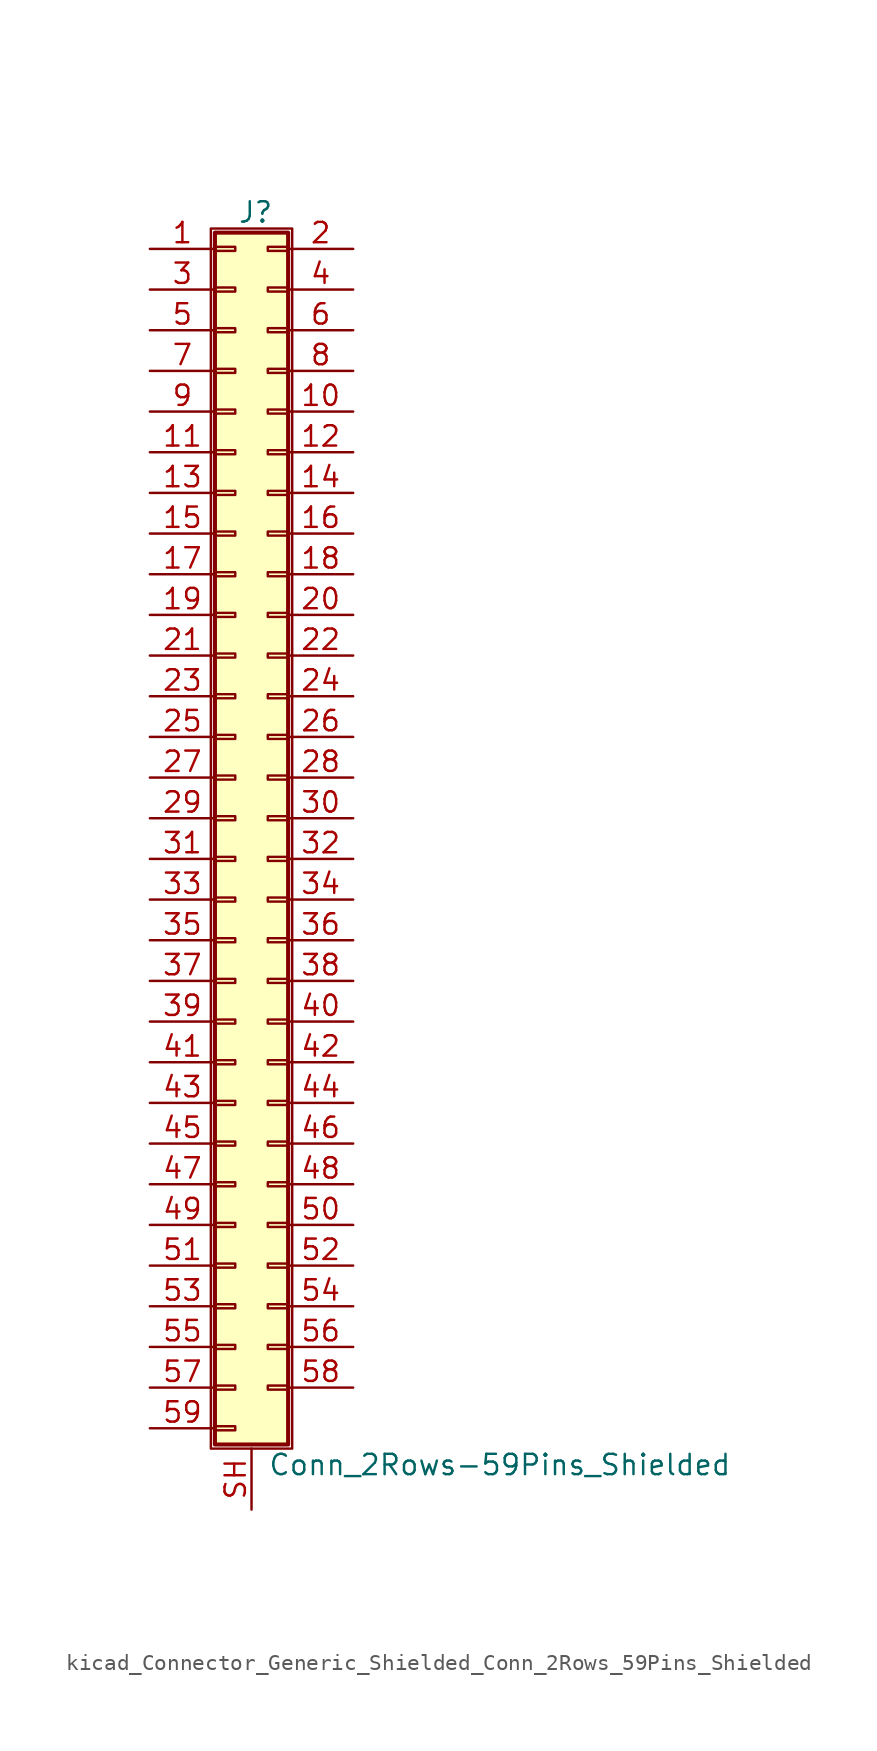
<source format=kicad_sym>
(kicad_symbol_lib
  (version 20220914)
  (generator kicad_symbol_editor)
  (symbol "kicad_Connector_Generic_Shielded_Conn_2Rows_59Pins_Shielded"
    (pin_names
      (offset 1.016) hide)
    (property "Reference" "J"
      (at 1.524 37.846 0)
      (effects (font (size 1.27 1.27))))
    (property "Value" "Conn_2Rows-59Pins_Shielded"
      (at 2.286 -40.386 0)
      (effects (font (size 1.27 1.27)) (justify left)))
    (symbol "kicad_Connector_Generic_Shielded_Conn_2Rows_59Pins_Shielded_1_1"
      (rectangle (start -1.27 36.83) (end 3.81 -39.37) (stroke (width 0.152) (type default)) (fill (type none)))
      (rectangle (start -1.016 -37.973) (end 0.254 -38.227) (stroke (width 0.152) (type default)) (fill (type none)))
      (rectangle (start -1.016 -35.433) (end 0.254 -35.687) (stroke (width 0.152) (type default)) (fill (type none)))
      (rectangle (start -1.016 -32.893) (end 0.254 -33.147) (stroke (width 0.152) (type default)) (fill (type none)))
      (rectangle (start -1.016 -30.353) (end 0.254 -30.607) (stroke (width 0.152) (type default)) (fill (type none)))
      (rectangle (start -1.016 -27.813) (end 0.254 -28.067) (stroke (width 0.152) (type default)) (fill (type none)))
      (rectangle (start -1.016 -25.273) (end 0.254 -25.527) (stroke (width 0.152) (type default)) (fill (type none)))
      (rectangle (start -1.016 -22.733) (end 0.254 -22.987) (stroke (width 0.152) (type default)) (fill (type none)))
      (rectangle (start -1.016 -20.193) (end 0.254 -20.447) (stroke (width 0.152) (type default)) (fill (type none)))
      (rectangle (start -1.016 -17.653) (end 0.254 -17.907) (stroke (width 0.152) (type default)) (fill (type none)))
      (rectangle (start -1.016 -15.113) (end 0.254 -15.367) (stroke (width 0.152) (type default)) (fill (type none)))
      (rectangle (start -1.016 -12.573) (end 0.254 -12.827) (stroke (width 0.152) (type default)) (fill (type none)))
      (rectangle (start -1.016 -10.033) (end 0.254 -10.287) (stroke (width 0.152) (type default)) (fill (type none)))
      (rectangle (start -1.016 -7.493) (end 0.254 -7.747) (stroke (width 0.152) (type default)) (fill (type none)))
      (rectangle (start -1.016 -4.953) (end 0.254 -5.207) (stroke (width 0.152) (type default)) (fill (type none)))
      (rectangle (start -1.016 -2.413) (end 0.254 -2.667) (stroke (width 0.152) (type default)) (fill (type none)))
      (rectangle (start -1.016 0.127) (end 0.254 -0.127) (stroke (width 0.152) (type default)) (fill (type none)))
      (rectangle (start -1.016 2.667) (end 0.254 2.413) (stroke (width 0.152) (type default)) (fill (type none)))
      (rectangle (start -1.016 5.207) (end 0.254 4.953) (stroke (width 0.152) (type default)) (fill (type none)))
      (rectangle (start -1.016 7.747) (end 0.254 7.493) (stroke (width 0.152) (type default)) (fill (type none)))
      (rectangle (start -1.016 10.287) (end 0.254 10.033) (stroke (width 0.152) (type default)) (fill (type none)))
      (rectangle (start -1.016 12.827) (end 0.254 12.573) (stroke (width 0.152) (type default)) (fill (type none)))
      (rectangle (start -1.016 15.367) (end 0.254 15.113) (stroke (width 0.152) (type default)) (fill (type none)))
      (rectangle (start -1.016 17.907) (end 0.254 17.653) (stroke (width 0.152) (type default)) (fill (type none)))
      (rectangle (start -1.016 20.447) (end 0.254 20.193) (stroke (width 0.152) (type default)) (fill (type none)))
      (rectangle (start -1.016 22.987) (end 0.254 22.733) (stroke (width 0.152) (type default)) (fill (type none)))
      (rectangle (start -1.016 25.527) (end 0.254 25.273) (stroke (width 0.152) (type default)) (fill (type none)))
      (rectangle (start -1.016 28.067) (end 0.254 27.813) (stroke (width 0.152) (type default)) (fill (type none)))
      (rectangle (start -1.016 30.607) (end 0.254 30.353) (stroke (width 0.152) (type default)) (fill (type none)))
      (rectangle (start -1.016 33.147) (end 0.254 32.893) (stroke (width 0.152) (type default)) (fill (type none)))
      (rectangle (start -1.016 35.687) (end 0.254 35.433) (stroke (width 0.152) (type default)) (fill (type none)))
      (rectangle (start -1.016 36.576) (end 3.556 -39.116) (stroke (width 0.254) (type default)) (fill (type background)))
      (rectangle (start 3.556 -35.433) (end 2.286 -35.687) (stroke (width 0.152) (type default)) (fill (type none)))
      (rectangle (start 3.556 -32.893) (end 2.286 -33.147) (stroke (width 0.152) (type default)) (fill (type none)))
      (rectangle (start 3.556 -30.353) (end 2.286 -30.607) (stroke (width 0.152) (type default)) (fill (type none)))
      (rectangle (start 3.556 -27.813) (end 2.286 -28.067) (stroke (width 0.152) (type default)) (fill (type none)))
      (rectangle (start 3.556 -25.273) (end 2.286 -25.527) (stroke (width 0.152) (type default)) (fill (type none)))
      (rectangle (start 3.556 -22.733) (end 2.286 -22.987) (stroke (width 0.152) (type default)) (fill (type none)))
      (rectangle (start 3.556 -20.193) (end 2.286 -20.447) (stroke (width 0.152) (type default)) (fill (type none)))
      (rectangle (start 3.556 -17.653) (end 2.286 -17.907) (stroke (width 0.152) (type default)) (fill (type none)))
      (rectangle (start 3.556 -15.113) (end 2.286 -15.367) (stroke (width 0.152) (type default)) (fill (type none)))
      (rectangle (start 3.556 -12.573) (end 2.286 -12.827) (stroke (width 0.152) (type default)) (fill (type none)))
      (rectangle (start 3.556 -10.033) (end 2.286 -10.287) (stroke (width 0.152) (type default)) (fill (type none)))
      (rectangle (start 3.556 -7.493) (end 2.286 -7.747) (stroke (width 0.152) (type default)) (fill (type none)))
      (rectangle (start 3.556 -4.953) (end 2.286 -5.207) (stroke (width 0.152) (type default)) (fill (type none)))
      (rectangle (start 3.556 -2.413) (end 2.286 -2.667) (stroke (width 0.152) (type default)) (fill (type none)))
      (rectangle (start 3.556 0.127) (end 2.286 -0.127) (stroke (width 0.152) (type default)) (fill (type none)))
      (rectangle (start 3.556 2.667) (end 2.286 2.413) (stroke (width 0.152) (type default)) (fill (type none)))
      (rectangle (start 3.556 5.207) (end 2.286 4.953) (stroke (width 0.152) (type default)) (fill (type none)))
      (rectangle (start 3.556 7.747) (end 2.286 7.493) (stroke (width 0.152) (type default)) (fill (type none)))
      (rectangle (start 3.556 10.287) (end 2.286 10.033) (stroke (width 0.152) (type default)) (fill (type none)))
      (rectangle (start 3.556 12.827) (end 2.286 12.573) (stroke (width 0.152) (type default)) (fill (type none)))
      (rectangle (start 3.556 15.367) (end 2.286 15.113) (stroke (width 0.152) (type default)) (fill (type none)))
      (rectangle (start 3.556 17.907) (end 2.286 17.653) (stroke (width 0.152) (type default)) (fill (type none)))
      (rectangle (start 3.556 20.447) (end 2.286 20.193) (stroke (width 0.152) (type default)) (fill (type none)))
      (rectangle (start 3.556 22.987) (end 2.286 22.733) (stroke (width 0.152) (type default)) (fill (type none)))
      (rectangle (start 3.556 25.527) (end 2.286 25.273) (stroke (width 0.152) (type default)) (fill (type none)))
      (rectangle (start 3.556 28.067) (end 2.286 27.813) (stroke (width 0.152) (type default)) (fill (type none)))
      (rectangle (start 3.556 30.607) (end 2.286 30.353) (stroke (width 0.152) (type default)) (fill (type none)))
      (rectangle (start 3.556 33.147) (end 2.286 32.893) (stroke (width 0.152) (type default)) (fill (type none)))
      (rectangle (start 3.556 35.687) (end 2.286 35.433) (stroke (width 0.152) (type default)) (fill (type none)))
      (pin passive line (at -5.08 35.56 0) (length 4.064) (name "Pin_1" (effects (font (size 1.27 1.27)))) (number "1" (effects (font (size 1.27 1.27)))))
      (pin passive line (at 7.62 25.4 180) (length 4.064) (name "Pin_10" (effects (font (size 1.27 1.27)))) (number "10" (effects (font (size 1.27 1.27)))))
      (pin passive line (at -5.08 22.86 0) (length 4.064) (name "Pin_11" (effects (font (size 1.27 1.27)))) (number "11" (effects (font (size 1.27 1.27)))))
      (pin passive line (at 7.62 22.86 180) (length 4.064) (name "Pin_12" (effects (font (size 1.27 1.27)))) (number "12" (effects (font (size 1.27 1.27)))))
      (pin passive line (at -5.08 20.32 0) (length 4.064) (name "Pin_13" (effects (font (size 1.27 1.27)))) (number "13" (effects (font (size 1.27 1.27)))))
      (pin passive line (at 7.62 20.32 180) (length 4.064) (name "Pin_14" (effects (font (size 1.27 1.27)))) (number "14" (effects (font (size 1.27 1.27)))))
      (pin passive line (at -5.08 17.78 0) (length 4.064) (name "Pin_15" (effects (font (size 1.27 1.27)))) (number "15" (effects (font (size 1.27 1.27)))))
      (pin passive line (at 7.62 17.78 180) (length 4.064) (name "Pin_16" (effects (font (size 1.27 1.27)))) (number "16" (effects (font (size 1.27 1.27)))))
      (pin passive line (at -5.08 15.24 0) (length 4.064) (name "Pin_17" (effects (font (size 1.27 1.27)))) (number "17" (effects (font (size 1.27 1.27)))))
      (pin passive line (at 7.62 15.24 180) (length 4.064) (name "Pin_18" (effects (font (size 1.27 1.27)))) (number "18" (effects (font (size 1.27 1.27)))))
      (pin passive line (at -5.08 12.7 0) (length 4.064) (name "Pin_19" (effects (font (size 1.27 1.27)))) (number "19" (effects (font (size 1.27 1.27)))))
      (pin passive line (at 7.62 35.56 180) (length 4.064) (name "Pin_2" (effects (font (size 1.27 1.27)))) (number "2" (effects (font (size 1.27 1.27)))))
      (pin passive line (at 7.62 12.7 180) (length 4.064) (name "Pin_20" (effects (font (size 1.27 1.27)))) (number "20" (effects (font (size 1.27 1.27)))))
      (pin passive line (at -5.08 10.16 0) (length 4.064) (name "Pin_21" (effects (font (size 1.27 1.27)))) (number "21" (effects (font (size 1.27 1.27)))))
      (pin passive line (at 7.62 10.16 180) (length 4.064) (name "Pin_22" (effects (font (size 1.27 1.27)))) (number "22" (effects (font (size 1.27 1.27)))))
      (pin passive line (at -5.08 7.62 0) (length 4.064) (name "Pin_23" (effects (font (size 1.27 1.27)))) (number "23" (effects (font (size 1.27 1.27)))))
      (pin passive line (at 7.62 7.62 180) (length 4.064) (name "Pin_24" (effects (font (size 1.27 1.27)))) (number "24" (effects (font (size 1.27 1.27)))))
      (pin passive line (at -5.08 5.08 0) (length 4.064) (name "Pin_25" (effects (font (size 1.27 1.27)))) (number "25" (effects (font (size 1.27 1.27)))))
      (pin passive line (at 7.62 5.08 180) (length 4.064) (name "Pin_26" (effects (font (size 1.27 1.27)))) (number "26" (effects (font (size 1.27 1.27)))))
      (pin passive line (at -5.08 2.54 0) (length 4.064) (name "Pin_27" (effects (font (size 1.27 1.27)))) (number "27" (effects (font (size 1.27 1.27)))))
      (pin passive line (at 7.62 2.54 180) (length 4.064) (name "Pin_28" (effects (font (size 1.27 1.27)))) (number "28" (effects (font (size 1.27 1.27)))))
      (pin passive line (at -5.08 0 0) (length 4.064) (name "Pin_29" (effects (font (size 1.27 1.27)))) (number "29" (effects (font (size 1.27 1.27)))))
      (pin passive line (at -5.08 33.02 0) (length 4.064) (name "Pin_3" (effects (font (size 1.27 1.27)))) (number "3" (effects (font (size 1.27 1.27)))))
      (pin passive line (at 7.62 0 180) (length 4.064) (name "Pin_30" (effects (font (size 1.27 1.27)))) (number "30" (effects (font (size 1.27 1.27)))))
      (pin passive line (at -5.08 -2.54 0) (length 4.064) (name "Pin_31" (effects (font (size 1.27 1.27)))) (number "31" (effects (font (size 1.27 1.27)))))
      (pin passive line (at 7.62 -2.54 180) (length 4.064) (name "Pin_32" (effects (font (size 1.27 1.27)))) (number "32" (effects (font (size 1.27 1.27)))))
      (pin passive line (at -5.08 -5.08 0) (length 4.064) (name "Pin_33" (effects (font (size 1.27 1.27)))) (number "33" (effects (font (size 1.27 1.27)))))
      (pin passive line (at 7.62 -5.08 180) (length 4.064) (name "Pin_34" (effects (font (size 1.27 1.27)))) (number "34" (effects (font (size 1.27 1.27)))))
      (pin passive line (at -5.08 -7.62 0) (length 4.064) (name "Pin_35" (effects (font (size 1.27 1.27)))) (number "35" (effects (font (size 1.27 1.27)))))
      (pin passive line (at 7.62 -7.62 180) (length 4.064) (name "Pin_36" (effects (font (size 1.27 1.27)))) (number "36" (effects (font (size 1.27 1.27)))))
      (pin passive line (at -5.08 -10.16 0) (length 4.064) (name "Pin_37" (effects (font (size 1.27 1.27)))) (number "37" (effects (font (size 1.27 1.27)))))
      (pin passive line (at 7.62 -10.16 180) (length 4.064) (name "Pin_38" (effects (font (size 1.27 1.27)))) (number "38" (effects (font (size 1.27 1.27)))))
      (pin passive line (at -5.08 -12.7 0) (length 4.064) (name "Pin_39" (effects (font (size 1.27 1.27)))) (number "39" (effects (font (size 1.27 1.27)))))
      (pin passive line (at 7.62 33.02 180) (length 4.064) (name "Pin_4" (effects (font (size 1.27 1.27)))) (number "4" (effects (font (size 1.27 1.27)))))
      (pin passive line (at 7.62 -12.7 180) (length 4.064) (name "Pin_40" (effects (font (size 1.27 1.27)))) (number "40" (effects (font (size 1.27 1.27)))))
      (pin passive line (at -5.08 -15.24 0) (length 4.064) (name "Pin_41" (effects (font (size 1.27 1.27)))) (number "41" (effects (font (size 1.27 1.27)))))
      (pin passive line (at 7.62 -15.24 180) (length 4.064) (name "Pin_42" (effects (font (size 1.27 1.27)))) (number "42" (effects (font (size 1.27 1.27)))))
      (pin passive line (at -5.08 -17.78 0) (length 4.064) (name "Pin_43" (effects (font (size 1.27 1.27)))) (number "43" (effects (font (size 1.27 1.27)))))
      (pin passive line (at 7.62 -17.78 180) (length 4.064) (name "Pin_44" (effects (font (size 1.27 1.27)))) (number "44" (effects (font (size 1.27 1.27)))))
      (pin passive line (at -5.08 -20.32 0) (length 4.064) (name "Pin_45" (effects (font (size 1.27 1.27)))) (number "45" (effects (font (size 1.27 1.27)))))
      (pin passive line (at 7.62 -20.32 180) (length 4.064) (name "Pin_46" (effects (font (size 1.27 1.27)))) (number "46" (effects (font (size 1.27 1.27)))))
      (pin passive line (at -5.08 -22.86 0) (length 4.064) (name "Pin_47" (effects (font (size 1.27 1.27)))) (number "47" (effects (font (size 1.27 1.27)))))
      (pin passive line (at 7.62 -22.86 180) (length 4.064) (name "Pin_48" (effects (font (size 1.27 1.27)))) (number "48" (effects (font (size 1.27 1.27)))))
      (pin passive line (at -5.08 -25.4 0) (length 4.064) (name "Pin_49" (effects (font (size 1.27 1.27)))) (number "49" (effects (font (size 1.27 1.27)))))
      (pin passive line (at -5.08 30.48 0) (length 4.064) (name "Pin_5" (effects (font (size 1.27 1.27)))) (number "5" (effects (font (size 1.27 1.27)))))
      (pin passive line (at 7.62 -25.4 180) (length 4.064) (name "Pin_50" (effects (font (size 1.27 1.27)))) (number "50" (effects (font (size 1.27 1.27)))))
      (pin passive line (at -5.08 -27.94 0) (length 4.064) (name "Pin_51" (effects (font (size 1.27 1.27)))) (number "51" (effects (font (size 1.27 1.27)))))
      (pin passive line (at 7.62 -27.94 180) (length 4.064) (name "Pin_52" (effects (font (size 1.27 1.27)))) (number "52" (effects (font (size 1.27 1.27)))))
      (pin passive line (at -5.08 -30.48 0) (length 4.064) (name "Pin_53" (effects (font (size 1.27 1.27)))) (number "53" (effects (font (size 1.27 1.27)))))
      (pin passive line (at 7.62 -30.48 180) (length 4.064) (name "Pin_54" (effects (font (size 1.27 1.27)))) (number "54" (effects (font (size 1.27 1.27)))))
      (pin passive line (at -5.08 -33.02 0) (length 4.064) (name "Pin_55" (effects (font (size 1.27 1.27)))) (number "55" (effects (font (size 1.27 1.27)))))
      (pin passive line (at 7.62 -33.02 180) (length 4.064) (name "Pin_56" (effects (font (size 1.27 1.27)))) (number "56" (effects (font (size 1.27 1.27)))))
      (pin passive line (at -5.08 -35.56 0) (length 4.064) (name "Pin_57" (effects (font (size 1.27 1.27)))) (number "57" (effects (font (size 1.27 1.27)))))
      (pin passive line (at 7.62 -35.56 180) (length 4.064) (name "Pin_58" (effects (font (size 1.27 1.27)))) (number "58" (effects (font (size 1.27 1.27)))))
      (pin passive line (at -5.08 -38.1 0) (length 4.064) (name "Pin_59" (effects (font (size 1.27 1.27)))) (number "59" (effects (font (size 1.27 1.27)))))
      (pin passive line (at 7.62 30.48 180) (length 4.064) (name "Pin_6" (effects (font (size 1.27 1.27)))) (number "6" (effects (font (size 1.27 1.27)))))
      (pin passive line (at -5.08 27.94 0) (length 4.064) (name "Pin_7" (effects (font (size 1.27 1.27)))) (number "7" (effects (font (size 1.27 1.27)))))
      (pin passive line (at 7.62 27.94 180) (length 4.064) (name "Pin_8" (effects (font (size 1.27 1.27)))) (number "8" (effects (font (size 1.27 1.27)))))
      (pin passive line (at -5.08 25.4 0) (length 4.064) (name "Pin_9" (effects (font (size 1.27 1.27)))) (number "9" (effects (font (size 1.27 1.27)))))
      (pin passive line (at 1.27 -43.18 90) (length 3.81) (name "Shield" (effects (font (size 1.27 1.27)))) (number "SH" (effects (font (size 1.27 1.27))))))))
</source>
